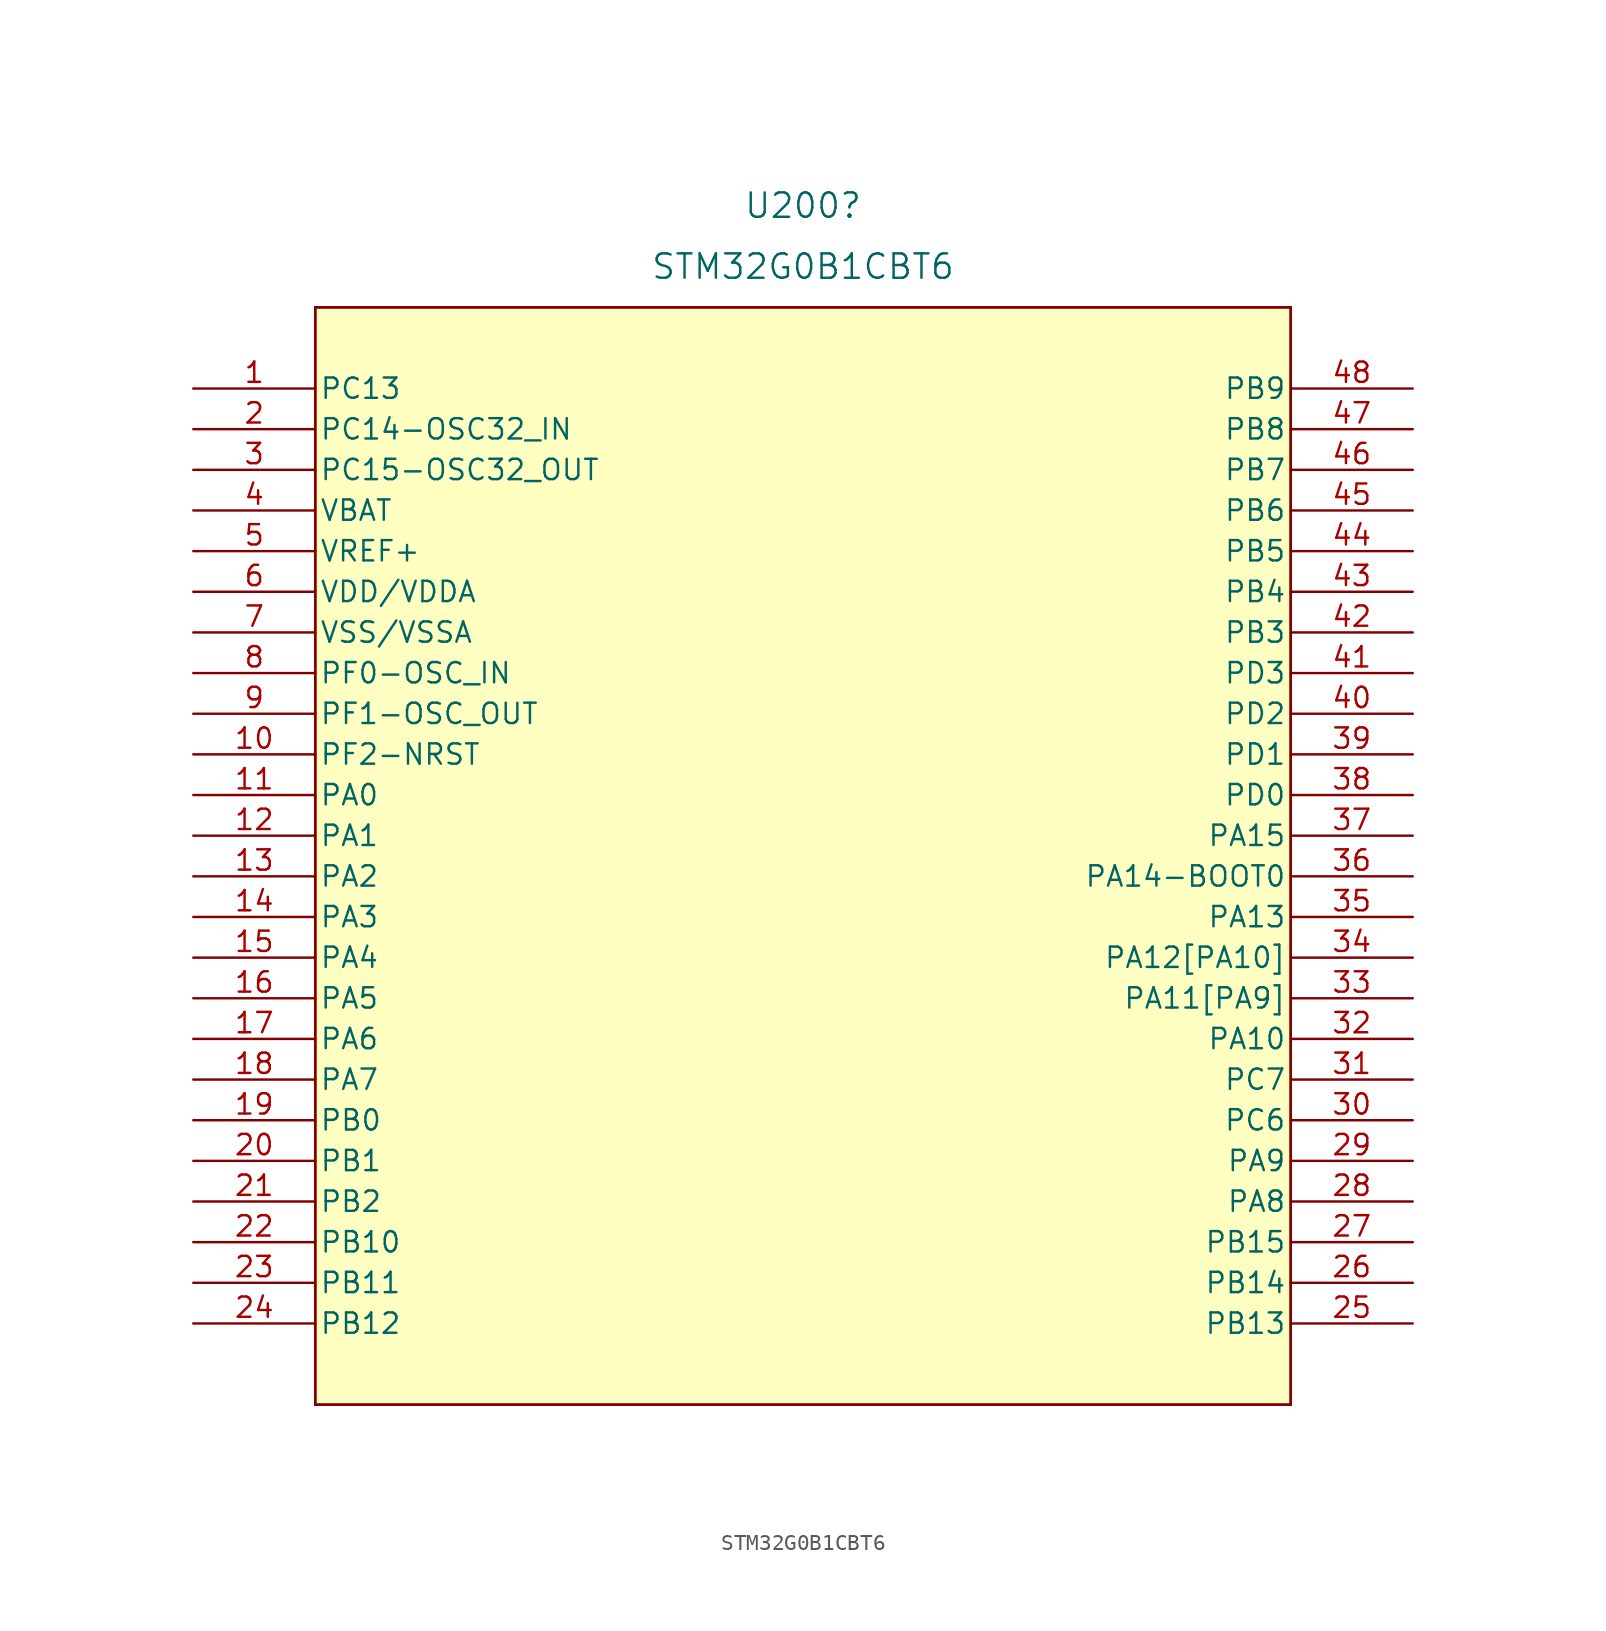
<source format=kicad_sym>
(kicad_symbol_lib
  (version 20211014)
  (generator kicad_symbol_editor)
  (symbol "STM32G0B1CBT6"
    (pin_names
      (offset 0.254))
    (property "Reference" "U200"
      (at 38.1 11.43 0)
      (effects (font (size 1.524 1.524))))
    (property "Value" "STM32G0B1CBT6"
      (at 38.1 7.62 0)
      (effects (font (size 1.524 1.524))))
    (property "ki_locked" ""
      (at 0 0 0)
      (effects (font (size 1.27 1.27))))
    (symbol "STM32G0B1CBT6_0_1"
      (polyline (pts (xy 7.62 -63.5) (xy 68.58 -63.5)) (stroke (width 0.127) (type default) (color 0 0 0 0)) (fill (type none)))
      (polyline (pts (xy 7.62 5.08) (xy 7.62 -63.5)) (stroke (width 0.127) (type default) (color 0 0 0 0)) (fill (type none)))
      (polyline (pts (xy 68.58 -63.5) (xy 68.58 5.08)) (stroke (width 0.127) (type default) (color 0 0 0 0)) (fill (type none)))
      (polyline (pts (xy 68.58 5.08) (xy 7.62 5.08)) (stroke (width 0.127) (type default) (color 0 0 0 0)) (fill (type none)))
      (rectangle (start 7.62 5.08) (end 68.58 -63.5) (stroke (width 0) (type default) (color 0 0 0 0)) (fill (type none)))
      (rectangle (start 7.62 5.08) (end 68.58 -63.5) (stroke (width 0) (type default) (color 0 0 0 0)) (fill (type background)))
      (pin bidirectional line (at 0 0 0) (length 7.62) (name "PC13" (effects (font (size 1.27 1.27)))) (number "1" (effects (font (size 1.27 1.27)))))
      (pin output line (at 0 -22.86 0) (length 7.62) (name "PF2-NRST" (effects (font (size 1.27 1.27)))) (number "10" (effects (font (size 1.27 1.27)))))
      (pin bidirectional line (at 0 -25.4 0) (length 7.62) (name "PA0" (effects (font (size 1.27 1.27)))) (number "11" (effects (font (size 1.27 1.27)))))
      (pin bidirectional line (at 0 -27.94 0) (length 7.62) (name "PA1" (effects (font (size 1.27 1.27)))) (number "12" (effects (font (size 1.27 1.27)))))
      (pin bidirectional line (at 0 -30.48 0) (length 7.62) (name "PA2" (effects (font (size 1.27 1.27)))) (number "13" (effects (font (size 1.27 1.27)))))
      (pin bidirectional line (at 0 -33.02 0) (length 7.62) (name "PA3" (effects (font (size 1.27 1.27)))) (number "14" (effects (font (size 1.27 1.27)))))
      (pin bidirectional line (at 0 -35.56 0) (length 7.62) (name "PA4" (effects (font (size 1.27 1.27)))) (number "15" (effects (font (size 1.27 1.27)))))
      (pin bidirectional line (at 0 -38.1 0) (length 7.62) (name "PA5" (effects (font (size 1.27 1.27)))) (number "16" (effects (font (size 1.27 1.27)))))
      (pin bidirectional line (at 0 -40.64 0) (length 7.62) (name "PA6" (effects (font (size 1.27 1.27)))) (number "17" (effects (font (size 1.27 1.27)))))
      (pin bidirectional line (at 0 -43.18 0) (length 7.62) (name "PA7" (effects (font (size 1.27 1.27)))) (number "18" (effects (font (size 1.27 1.27)))))
      (pin bidirectional line (at 0 -45.72 0) (length 7.62) (name "PB0" (effects (font (size 1.27 1.27)))) (number "19" (effects (font (size 1.27 1.27)))))
      (pin bidirectional line (at 0 -2.54 0) (length 7.62) (name "PC14-OSC32_IN" (effects (font (size 1.27 1.27)))) (number "2" (effects (font (size 1.27 1.27)))))
      (pin bidirectional line (at 0 -48.26 0) (length 7.62) (name "PB1" (effects (font (size 1.27 1.27)))) (number "20" (effects (font (size 1.27 1.27)))))
      (pin bidirectional line (at 0 -50.8 0) (length 7.62) (name "PB2" (effects (font (size 1.27 1.27)))) (number "21" (effects (font (size 1.27 1.27)))))
      (pin bidirectional line (at 0 -53.34 0) (length 7.62) (name "PB10" (effects (font (size 1.27 1.27)))) (number "22" (effects (font (size 1.27 1.27)))))
      (pin bidirectional line (at 0 -55.88 0) (length 7.62) (name "PB11" (effects (font (size 1.27 1.27)))) (number "23" (effects (font (size 1.27 1.27)))))
      (pin bidirectional line (at 0 -58.42 0) (length 7.62) (name "PB12" (effects (font (size 1.27 1.27)))) (number "24" (effects (font (size 1.27 1.27)))))
      (pin bidirectional line (at 76.2 -58.42 180) (length 7.62) (name "PB13" (effects (font (size 1.27 1.27)))) (number "25" (effects (font (size 1.27 1.27)))))
      (pin bidirectional line (at 76.2 -55.88 180) (length 7.62) (name "PB14" (effects (font (size 1.27 1.27)))) (number "26" (effects (font (size 1.27 1.27)))))
      (pin bidirectional line (at 76.2 -53.34 180) (length 7.62) (name "PB15" (effects (font (size 1.27 1.27)))) (number "27" (effects (font (size 1.27 1.27)))))
      (pin bidirectional line (at 76.2 -50.8 180) (length 7.62) (name "PA8" (effects (font (size 1.27 1.27)))) (number "28" (effects (font (size 1.27 1.27)))))
      (pin bidirectional line (at 76.2 -48.26 180) (length 7.62) (name "PA9" (effects (font (size 1.27 1.27)))) (number "29" (effects (font (size 1.27 1.27)))))
      (pin output line (at 0 -5.08 0) (length 7.62) (name "PC15-OSC32_OUT" (effects (font (size 1.27 1.27)))) (number "3" (effects (font (size 1.27 1.27)))))
      (pin bidirectional line (at 76.2 -45.72 180) (length 7.62) (name "PC6" (effects (font (size 1.27 1.27)))) (number "30" (effects (font (size 1.27 1.27)))))
      (pin bidirectional line (at 76.2 -43.18 180) (length 7.62) (name "PC7" (effects (font (size 1.27 1.27)))) (number "31" (effects (font (size 1.27 1.27)))))
      (pin bidirectional line (at 76.2 -40.64 180) (length 7.62) (name "PA10" (effects (font (size 1.27 1.27)))) (number "32" (effects (font (size 1.27 1.27)))))
      (pin bidirectional line (at 76.2 -38.1 180) (length 7.62) (name "PA11[PA9]" (effects (font (size 1.27 1.27)))) (number "33" (effects (font (size 1.27 1.27)))))
      (pin bidirectional line (at 76.2 -35.56 180) (length 7.62) (name "PA12[PA10]" (effects (font (size 1.27 1.27)))) (number "34" (effects (font (size 1.27 1.27)))))
      (pin bidirectional line (at 76.2 -33.02 180) (length 7.62) (name "PA13" (effects (font (size 1.27 1.27)))) (number "35" (effects (font (size 1.27 1.27)))))
      (pin bidirectional line (at 76.2 -30.48 180) (length 7.62) (name "PA14-BOOT0" (effects (font (size 1.27 1.27)))) (number "36" (effects (font (size 1.27 1.27)))))
      (pin bidirectional line (at 76.2 -27.94 180) (length 7.62) (name "PA15" (effects (font (size 1.27 1.27)))) (number "37" (effects (font (size 1.27 1.27)))))
      (pin bidirectional line (at 76.2 -25.4 180) (length 7.62) (name "PD0" (effects (font (size 1.27 1.27)))) (number "38" (effects (font (size 1.27 1.27)))))
      (pin bidirectional line (at 76.2 -22.86 180) (length 7.62) (name "PD1" (effects (font (size 1.27 1.27)))) (number "39" (effects (font (size 1.27 1.27)))))
      (pin power_in line (at 0 -7.62 0) (length 7.62) (name "VBAT" (effects (font (size 1.27 1.27)))) (number "4" (effects (font (size 1.27 1.27)))))
      (pin bidirectional line (at 76.2 -20.32 180) (length 7.62) (name "PD2" (effects (font (size 1.27 1.27)))) (number "40" (effects (font (size 1.27 1.27)))))
      (pin bidirectional line (at 76.2 -17.78 180) (length 7.62) (name "PD3" (effects (font (size 1.27 1.27)))) (number "41" (effects (font (size 1.27 1.27)))))
      (pin bidirectional line (at 76.2 -15.24 180) (length 7.62) (name "PB3" (effects (font (size 1.27 1.27)))) (number "42" (effects (font (size 1.27 1.27)))))
      (pin bidirectional line (at 76.2 -12.7 180) (length 7.62) (name "PB4" (effects (font (size 1.27 1.27)))) (number "43" (effects (font (size 1.27 1.27)))))
      (pin bidirectional line (at 76.2 -10.16 180) (length 7.62) (name "PB5" (effects (font (size 1.27 1.27)))) (number "44" (effects (font (size 1.27 1.27)))))
      (pin bidirectional line (at 76.2 -7.62 180) (length 7.62) (name "PB6" (effects (font (size 1.27 1.27)))) (number "45" (effects (font (size 1.27 1.27)))))
      (pin bidirectional line (at 76.2 -5.08 180) (length 7.62) (name "PB7" (effects (font (size 1.27 1.27)))) (number "46" (effects (font (size 1.27 1.27)))))
      (pin bidirectional line (at 76.2 -2.54 180) (length 7.62) (name "PB8" (effects (font (size 1.27 1.27)))) (number "47" (effects (font (size 1.27 1.27)))))
      (pin bidirectional line (at 76.2 0 180) (length 7.62) (name "PB9" (effects (font (size 1.27 1.27)))) (number "48" (effects (font (size 1.27 1.27)))))
      (pin power_in line (at 0 -10.16 0) (length 7.62) (name "VREF+" (effects (font (size 1.27 1.27)))) (number "5" (effects (font (size 1.27 1.27)))))
      (pin power_in line (at 0 -12.7 0) (length 7.62) (name "VDD/VDDA" (effects (font (size 1.27 1.27)))) (number "6" (effects (font (size 1.27 1.27)))))
      (pin power_out line (at 0 -15.24 0) (length 7.62) (name "VSS/VSSA" (effects (font (size 1.27 1.27)))) (number "7" (effects (font (size 1.27 1.27)))))
      (pin bidirectional line (at 0 -17.78 0) (length 7.62) (name "PF0-OSC_IN" (effects (font (size 1.27 1.27)))) (number "8" (effects (font (size 1.27 1.27)))))
      (pin bidirectional line (at 0 -20.32 0) (length 7.62) (name "PF1-OSC_OUT" (effects (font (size 1.27 1.27)))) (number "9" (effects (font (size 1.27 1.27))))))))
</source>
